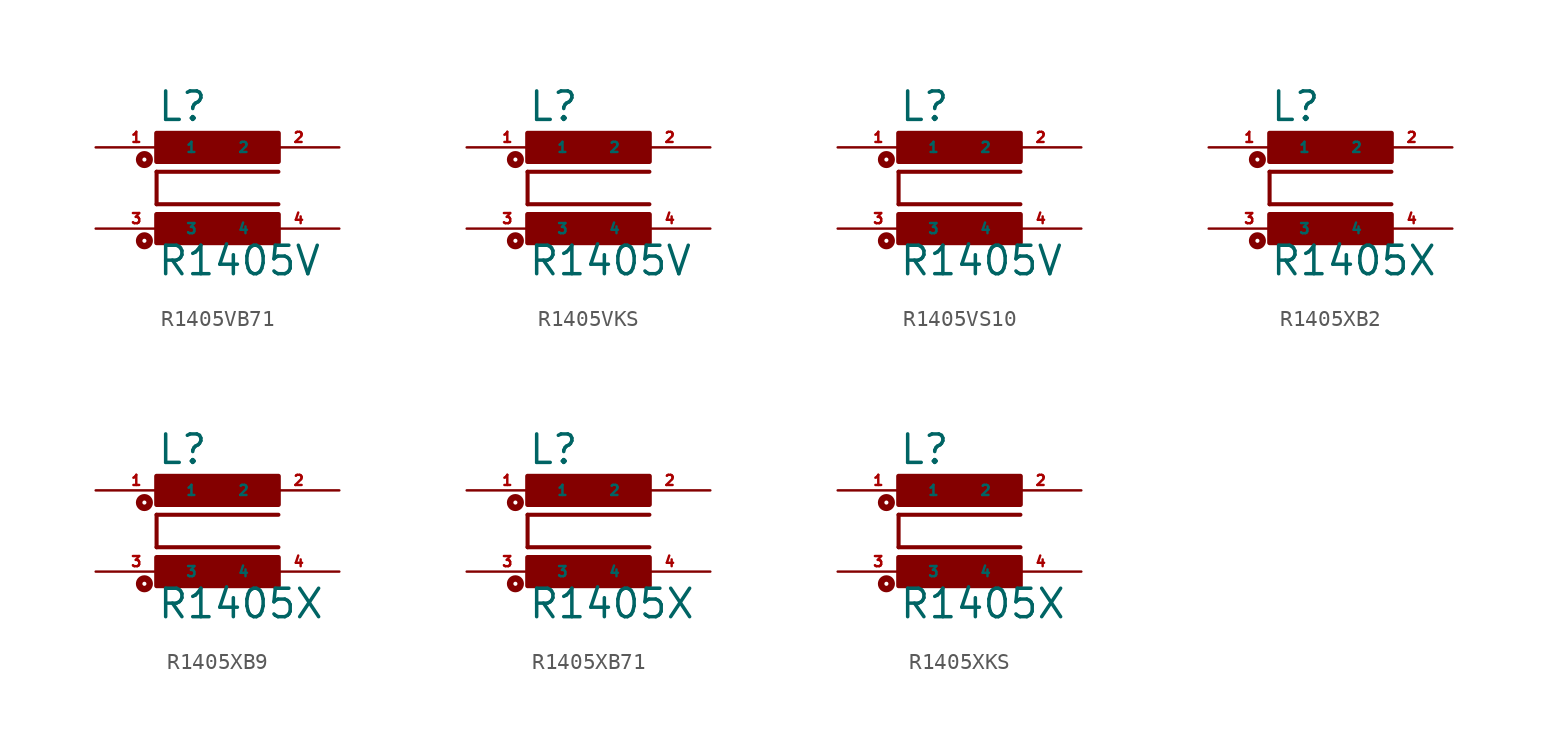
<source format=kicad_sym>
(kicad_symbol_lib
  (version 20220914)
  (generator Eagle2Kicad)
  (symbol "R1405VB71"
    (property "Reference" "L"
      (at -3.81 4.064 0)
      (effects (font (size 1.778 1.778) (thickness 0.22)) (justify left bottom)))
    (property "Value" "R1405V"
      (at -3.81 -5.588 0)
      (effects (font (size 1.778 1.778) (thickness 0.22)) (justify left bottom)))
    (polyline
      (pts (xy 3.81 1.016) (xy -3.81 1.016))
      (stroke (width 0.254) (type default))
      (fill (type none)))
    (polyline
      (pts (xy -3.81 -1.016) (xy -3.81 1.016))
      (stroke (width 0.254) (type default))
      (fill (type none)))
    (polyline
      (pts (xy -3.81 -1.016) (xy 3.81 -1.016))
      (stroke (width 0.254) (type default))
      (fill (type none)))
    (circle
      (center -4.572 -3.302)
      (radius 0.127)
      (stroke (width 0.406) (type default))
      (fill (type none)))
    (circle
      (center -4.572 1.778)
      (radius 0.127)
      (stroke (width 0.406) (type default))
      (fill (type none)))
    (rectangle
      (start -3.81 1.651)
      (end 3.81 3.429)
      (stroke (width 0.3) (type default))
      (fill (type outline)))
    (rectangle
      (start -3.81 -3.429)
      (end 3.81 -1.651)
      (stroke (width 0.3) (type default))
      (fill (type outline)))
    (pin passive line
      (at 7.62 2.54 180)
      (length 5.08)
      (name "2" (effects (font (size 0.635 0.635) (thickness 0.08)) (justify left bottom)))
      (number "2" (effects (font (size 0.635 0.635) (thickness 0.08)) (justify left bottom))))
    (pin passive line
      (at -7.62 2.54 0)
      (length 5.08)
      (name "1" (effects (font (size 0.635 0.635) (thickness 0.08)) (justify left bottom)))
      (number "1" (effects (font (size 0.635 0.635) (thickness 0.08)) (justify left bottom))))
    (pin passive line
      (at -7.62 -2.54 0)
      (length 5.08)
      (name "3" (effects (font (size 0.635 0.635) (thickness 0.08)) (justify left bottom)))
      (number "3" (effects (font (size 0.635 0.635) (thickness 0.08)) (justify left bottom))))
    (pin passive line
      (at 7.62 -2.54 180)
      (length 5.08)
      (name "4" (effects (font (size 0.635 0.635) (thickness 0.08)) (justify left bottom)))
      (number "4" (effects (font (size 0.635 0.635) (thickness 0.08)) (justify left bottom)))))
  (symbol "R1405VKS"
    (property "Reference" "L"
      (at -3.81 4.064 0)
      (effects (font (size 1.778 1.778) (thickness 0.22)) (justify left bottom)))
    (property "Value" "R1405V"
      (at -3.81 -5.588 0)
      (effects (font (size 1.778 1.778) (thickness 0.22)) (justify left bottom)))
    (polyline
      (pts (xy 3.81 1.016) (xy -3.81 1.016))
      (stroke (width 0.254) (type default))
      (fill (type none)))
    (polyline
      (pts (xy -3.81 -1.016) (xy -3.81 1.016))
      (stroke (width 0.254) (type default))
      (fill (type none)))
    (polyline
      (pts (xy -3.81 -1.016) (xy 3.81 -1.016))
      (stroke (width 0.254) (type default))
      (fill (type none)))
    (circle
      (center -4.572 -3.302)
      (radius 0.127)
      (stroke (width 0.406) (type default))
      (fill (type none)))
    (circle
      (center -4.572 1.778)
      (radius 0.127)
      (stroke (width 0.406) (type default))
      (fill (type none)))
    (rectangle
      (start -3.81 1.651)
      (end 3.81 3.429)
      (stroke (width 0.3) (type default))
      (fill (type outline)))
    (rectangle
      (start -3.81 -3.429)
      (end 3.81 -1.651)
      (stroke (width 0.3) (type default))
      (fill (type outline)))
    (pin passive line
      (at 7.62 2.54 180)
      (length 5.08)
      (name "2" (effects (font (size 0.635 0.635) (thickness 0.08)) (justify left bottom)))
      (number "2" (effects (font (size 0.635 0.635) (thickness 0.08)) (justify left bottom))))
    (pin passive line
      (at -7.62 2.54 0)
      (length 5.08)
      (name "1" (effects (font (size 0.635 0.635) (thickness 0.08)) (justify left bottom)))
      (number "1" (effects (font (size 0.635 0.635) (thickness 0.08)) (justify left bottom))))
    (pin passive line
      (at -7.62 -2.54 0)
      (length 5.08)
      (name "3" (effects (font (size 0.635 0.635) (thickness 0.08)) (justify left bottom)))
      (number "3" (effects (font (size 0.635 0.635) (thickness 0.08)) (justify left bottom))))
    (pin passive line
      (at 7.62 -2.54 180)
      (length 5.08)
      (name "4" (effects (font (size 0.635 0.635) (thickness 0.08)) (justify left bottom)))
      (number "4" (effects (font (size 0.635 0.635) (thickness 0.08)) (justify left bottom)))))
  (symbol "R1405VS10"
    (property "Reference" "L"
      (at -3.81 4.064 0)
      (effects (font (size 1.778 1.778) (thickness 0.22)) (justify left bottom)))
    (property "Value" "R1405V"
      (at -3.81 -5.588 0)
      (effects (font (size 1.778 1.778) (thickness 0.22)) (justify left bottom)))
    (polyline
      (pts (xy 3.81 1.016) (xy -3.81 1.016))
      (stroke (width 0.254) (type default))
      (fill (type none)))
    (polyline
      (pts (xy -3.81 -1.016) (xy -3.81 1.016))
      (stroke (width 0.254) (type default))
      (fill (type none)))
    (polyline
      (pts (xy -3.81 -1.016) (xy 3.81 -1.016))
      (stroke (width 0.254) (type default))
      (fill (type none)))
    (circle
      (center -4.572 -3.302)
      (radius 0.127)
      (stroke (width 0.406) (type default))
      (fill (type none)))
    (circle
      (center -4.572 1.778)
      (radius 0.127)
      (stroke (width 0.406) (type default))
      (fill (type none)))
    (rectangle
      (start -3.81 1.651)
      (end 3.81 3.429)
      (stroke (width 0.3) (type default))
      (fill (type outline)))
    (rectangle
      (start -3.81 -3.429)
      (end 3.81 -1.651)
      (stroke (width 0.3) (type default))
      (fill (type outline)))
    (pin passive line
      (at 7.62 2.54 180)
      (length 5.08)
      (name "2" (effects (font (size 0.635 0.635) (thickness 0.08)) (justify left bottom)))
      (number "2" (effects (font (size 0.635 0.635) (thickness 0.08)) (justify left bottom))))
    (pin passive line
      (at -7.62 2.54 0)
      (length 5.08)
      (name "1" (effects (font (size 0.635 0.635) (thickness 0.08)) (justify left bottom)))
      (number "1" (effects (font (size 0.635 0.635) (thickness 0.08)) (justify left bottom))))
    (pin passive line
      (at -7.62 -2.54 0)
      (length 5.08)
      (name "3" (effects (font (size 0.635 0.635) (thickness 0.08)) (justify left bottom)))
      (number "3" (effects (font (size 0.635 0.635) (thickness 0.08)) (justify left bottom))))
    (pin passive line
      (at 7.62 -2.54 180)
      (length 5.08)
      (name "4" (effects (font (size 0.635 0.635) (thickness 0.08)) (justify left bottom)))
      (number "4" (effects (font (size 0.635 0.635) (thickness 0.08)) (justify left bottom)))))
  (symbol "R1405XB2"
    (property "Reference" "L"
      (at -3.81 4.064 0)
      (effects (font (size 1.778 1.778) (thickness 0.22)) (justify left bottom)))
    (property "Value" "R1405X"
      (at -3.81 -5.588 0)
      (effects (font (size 1.778 1.778) (thickness 0.22)) (justify left bottom)))
    (polyline
      (pts (xy 3.81 1.016) (xy -3.81 1.016))
      (stroke (width 0.254) (type default))
      (fill (type none)))
    (polyline
      (pts (xy -3.81 -1.016) (xy -3.81 1.016))
      (stroke (width 0.254) (type default))
      (fill (type none)))
    (polyline
      (pts (xy -3.81 -1.016) (xy 3.81 -1.016))
      (stroke (width 0.254) (type default))
      (fill (type none)))
    (circle
      (center -4.572 -3.302)
      (radius 0.127)
      (stroke (width 0.406) (type default))
      (fill (type none)))
    (circle
      (center -4.572 1.778)
      (radius 0.127)
      (stroke (width 0.406) (type default))
      (fill (type none)))
    (rectangle
      (start -3.81 1.651)
      (end 3.81 3.429)
      (stroke (width 0.3) (type default))
      (fill (type outline)))
    (rectangle
      (start -3.81 -3.429)
      (end 3.81 -1.651)
      (stroke (width 0.3) (type default))
      (fill (type outline)))
    (pin passive line
      (at 7.62 2.54 180)
      (length 5.08)
      (name "2" (effects (font (size 0.635 0.635) (thickness 0.08)) (justify left bottom)))
      (number "2" (effects (font (size 0.635 0.635) (thickness 0.08)) (justify left bottom))))
    (pin passive line
      (at -7.62 2.54 0)
      (length 5.08)
      (name "1" (effects (font (size 0.635 0.635) (thickness 0.08)) (justify left bottom)))
      (number "1" (effects (font (size 0.635 0.635) (thickness 0.08)) (justify left bottom))))
    (pin passive line
      (at -7.62 -2.54 0)
      (length 5.08)
      (name "3" (effects (font (size 0.635 0.635) (thickness 0.08)) (justify left bottom)))
      (number "3" (effects (font (size 0.635 0.635) (thickness 0.08)) (justify left bottom))))
    (pin passive line
      (at 7.62 -2.54 180)
      (length 5.08)
      (name "4" (effects (font (size 0.635 0.635) (thickness 0.08)) (justify left bottom)))
      (number "4" (effects (font (size 0.635 0.635) (thickness 0.08)) (justify left bottom)))))
  (symbol "R1405XB9"
    (property "Reference" "L"
      (at -3.81 4.064 0)
      (effects (font (size 1.778 1.778) (thickness 0.22)) (justify left bottom)))
    (property "Value" "R1405X"
      (at -3.81 -5.588 0)
      (effects (font (size 1.778 1.778) (thickness 0.22)) (justify left bottom)))
    (polyline
      (pts (xy 3.81 1.016) (xy -3.81 1.016))
      (stroke (width 0.254) (type default))
      (fill (type none)))
    (polyline
      (pts (xy -3.81 -1.016) (xy -3.81 1.016))
      (stroke (width 0.254) (type default))
      (fill (type none)))
    (polyline
      (pts (xy -3.81 -1.016) (xy 3.81 -1.016))
      (stroke (width 0.254) (type default))
      (fill (type none)))
    (circle
      (center -4.572 -3.302)
      (radius 0.127)
      (stroke (width 0.406) (type default))
      (fill (type none)))
    (circle
      (center -4.572 1.778)
      (radius 0.127)
      (stroke (width 0.406) (type default))
      (fill (type none)))
    (rectangle
      (start -3.81 1.651)
      (end 3.81 3.429)
      (stroke (width 0.3) (type default))
      (fill (type outline)))
    (rectangle
      (start -3.81 -3.429)
      (end 3.81 -1.651)
      (stroke (width 0.3) (type default))
      (fill (type outline)))
    (pin passive line
      (at 7.62 2.54 180)
      (length 5.08)
      (name "2" (effects (font (size 0.635 0.635) (thickness 0.08)) (justify left bottom)))
      (number "2" (effects (font (size 0.635 0.635) (thickness 0.08)) (justify left bottom))))
    (pin passive line
      (at -7.62 2.54 0)
      (length 5.08)
      (name "1" (effects (font (size 0.635 0.635) (thickness 0.08)) (justify left bottom)))
      (number "1" (effects (font (size 0.635 0.635) (thickness 0.08)) (justify left bottom))))
    (pin passive line
      (at -7.62 -2.54 0)
      (length 5.08)
      (name "3" (effects (font (size 0.635 0.635) (thickness 0.08)) (justify left bottom)))
      (number "3" (effects (font (size 0.635 0.635) (thickness 0.08)) (justify left bottom))))
    (pin passive line
      (at 7.62 -2.54 180)
      (length 5.08)
      (name "4" (effects (font (size 0.635 0.635) (thickness 0.08)) (justify left bottom)))
      (number "4" (effects (font (size 0.635 0.635) (thickness 0.08)) (justify left bottom)))))
  (symbol "R1405XB71"
    (property "Reference" "L"
      (at -3.81 4.064 0)
      (effects (font (size 1.778 1.778) (thickness 0.22)) (justify left bottom)))
    (property "Value" "R1405X"
      (at -3.81 -5.588 0)
      (effects (font (size 1.778 1.778) (thickness 0.22)) (justify left bottom)))
    (polyline
      (pts (xy 3.81 1.016) (xy -3.81 1.016))
      (stroke (width 0.254) (type default))
      (fill (type none)))
    (polyline
      (pts (xy -3.81 -1.016) (xy -3.81 1.016))
      (stroke (width 0.254) (type default))
      (fill (type none)))
    (polyline
      (pts (xy -3.81 -1.016) (xy 3.81 -1.016))
      (stroke (width 0.254) (type default))
      (fill (type none)))
    (circle
      (center -4.572 -3.302)
      (radius 0.127)
      (stroke (width 0.406) (type default))
      (fill (type none)))
    (circle
      (center -4.572 1.778)
      (radius 0.127)
      (stroke (width 0.406) (type default))
      (fill (type none)))
    (rectangle
      (start -3.81 1.651)
      (end 3.81 3.429)
      (stroke (width 0.3) (type default))
      (fill (type outline)))
    (rectangle
      (start -3.81 -3.429)
      (end 3.81 -1.651)
      (stroke (width 0.3) (type default))
      (fill (type outline)))
    (pin passive line
      (at 7.62 2.54 180)
      (length 5.08)
      (name "2" (effects (font (size 0.635 0.635) (thickness 0.08)) (justify left bottom)))
      (number "2" (effects (font (size 0.635 0.635) (thickness 0.08)) (justify left bottom))))
    (pin passive line
      (at -7.62 2.54 0)
      (length 5.08)
      (name "1" (effects (font (size 0.635 0.635) (thickness 0.08)) (justify left bottom)))
      (number "1" (effects (font (size 0.635 0.635) (thickness 0.08)) (justify left bottom))))
    (pin passive line
      (at -7.62 -2.54 0)
      (length 5.08)
      (name "3" (effects (font (size 0.635 0.635) (thickness 0.08)) (justify left bottom)))
      (number "3" (effects (font (size 0.635 0.635) (thickness 0.08)) (justify left bottom))))
    (pin passive line
      (at 7.62 -2.54 180)
      (length 5.08)
      (name "4" (effects (font (size 0.635 0.635) (thickness 0.08)) (justify left bottom)))
      (number "4" (effects (font (size 0.635 0.635) (thickness 0.08)) (justify left bottom)))))
  (symbol "R1405XKS"
    (property "Reference" "L"
      (at -3.81 4.064 0)
      (effects (font (size 1.778 1.778) (thickness 0.22)) (justify left bottom)))
    (property "Value" "R1405X"
      (at -3.81 -5.588 0)
      (effects (font (size 1.778 1.778) (thickness 0.22)) (justify left bottom)))
    (polyline
      (pts (xy 3.81 1.016) (xy -3.81 1.016))
      (stroke (width 0.254) (type default))
      (fill (type none)))
    (polyline
      (pts (xy -3.81 -1.016) (xy -3.81 1.016))
      (stroke (width 0.254) (type default))
      (fill (type none)))
    (polyline
      (pts (xy -3.81 -1.016) (xy 3.81 -1.016))
      (stroke (width 0.254) (type default))
      (fill (type none)))
    (circle
      (center -4.572 -3.302)
      (radius 0.127)
      (stroke (width 0.406) (type default))
      (fill (type none)))
    (circle
      (center -4.572 1.778)
      (radius 0.127)
      (stroke (width 0.406) (type default))
      (fill (type none)))
    (rectangle
      (start -3.81 1.651)
      (end 3.81 3.429)
      (stroke (width 0.3) (type default))
      (fill (type outline)))
    (rectangle
      (start -3.81 -3.429)
      (end 3.81 -1.651)
      (stroke (width 0.3) (type default))
      (fill (type outline)))
    (pin passive line
      (at 7.62 2.54 180)
      (length 5.08)
      (name "2" (effects (font (size 0.635 0.635) (thickness 0.08)) (justify left bottom)))
      (number "2" (effects (font (size 0.635 0.635) (thickness 0.08)) (justify left bottom))))
    (pin passive line
      (at -7.62 2.54 0)
      (length 5.08)
      (name "1" (effects (font (size 0.635 0.635) (thickness 0.08)) (justify left bottom)))
      (number "1" (effects (font (size 0.635 0.635) (thickness 0.08)) (justify left bottom))))
    (pin passive line
      (at -7.62 -2.54 0)
      (length 5.08)
      (name "3" (effects (font (size 0.635 0.635) (thickness 0.08)) (justify left bottom)))
      (number "3" (effects (font (size 0.635 0.635) (thickness 0.08)) (justify left bottom))))
    (pin passive line
      (at 7.62 -2.54 180)
      (length 5.08)
      (name "4" (effects (font (size 0.635 0.635) (thickness 0.08)) (justify left bottom)))
      (number "4" (effects (font (size 0.635 0.635) (thickness 0.08)) (justify left bottom))))))
</source>
